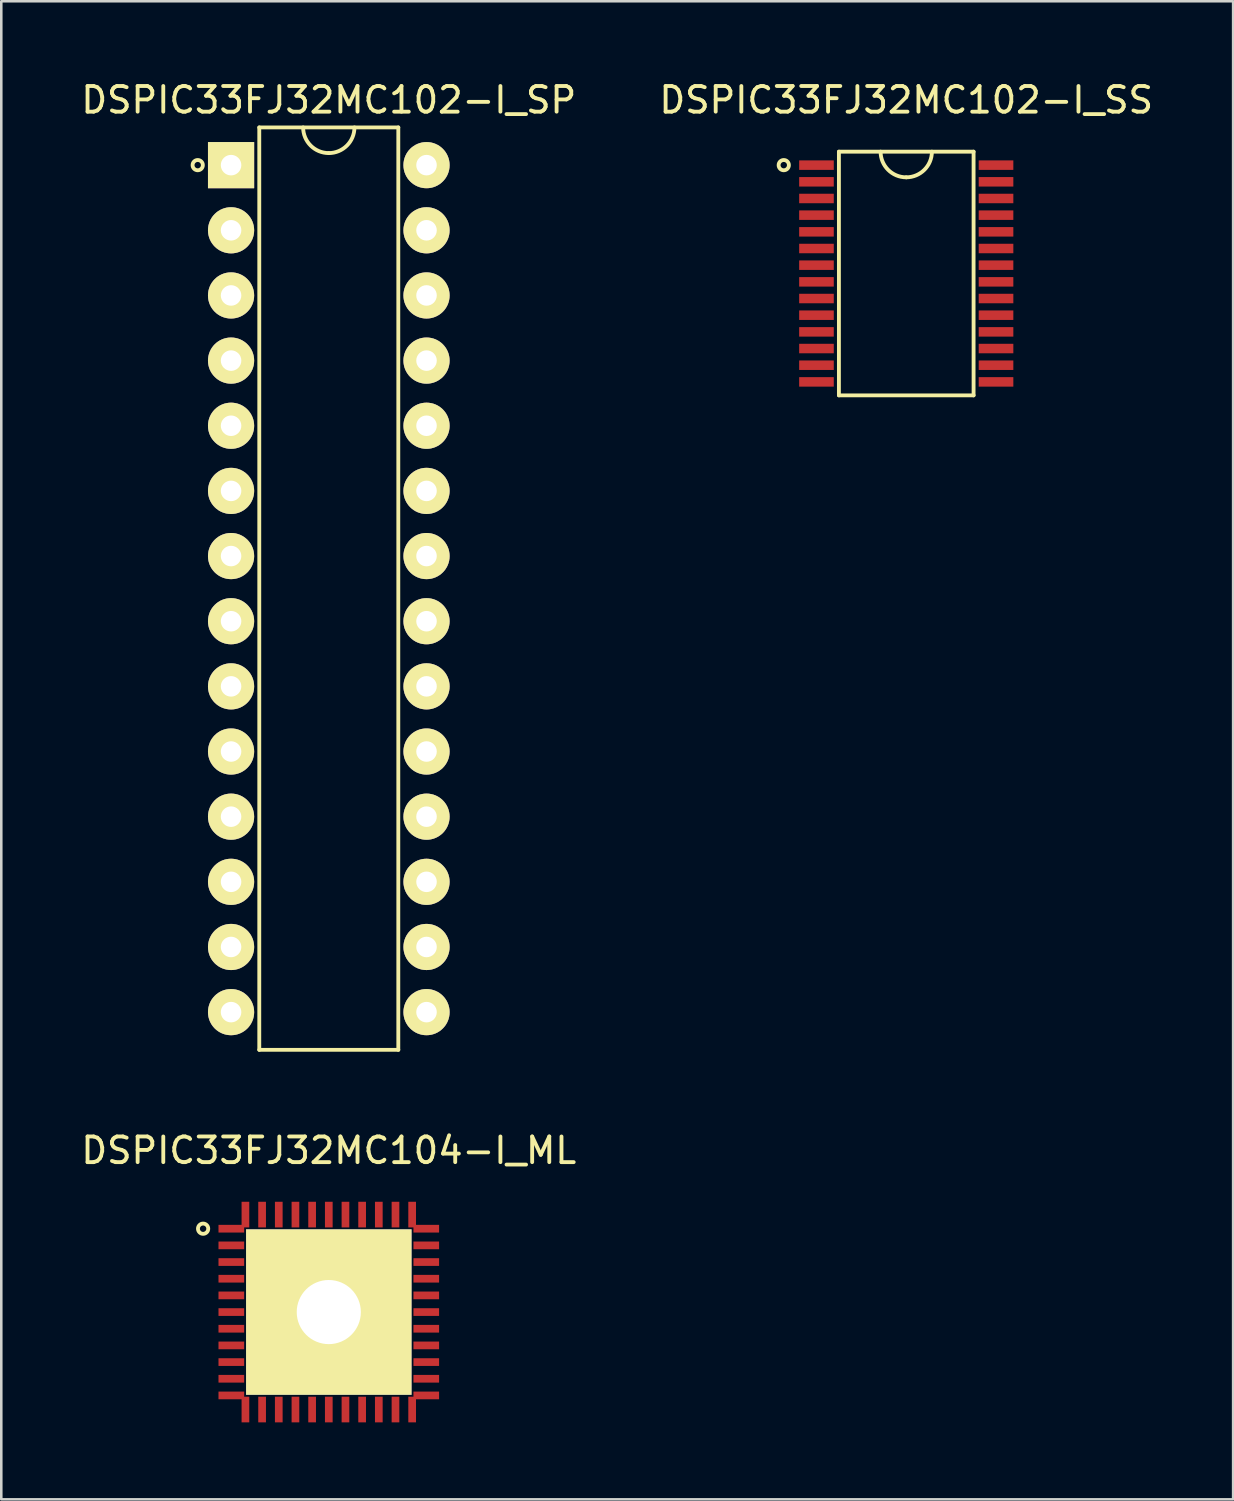
<source format=kicad_pcb>
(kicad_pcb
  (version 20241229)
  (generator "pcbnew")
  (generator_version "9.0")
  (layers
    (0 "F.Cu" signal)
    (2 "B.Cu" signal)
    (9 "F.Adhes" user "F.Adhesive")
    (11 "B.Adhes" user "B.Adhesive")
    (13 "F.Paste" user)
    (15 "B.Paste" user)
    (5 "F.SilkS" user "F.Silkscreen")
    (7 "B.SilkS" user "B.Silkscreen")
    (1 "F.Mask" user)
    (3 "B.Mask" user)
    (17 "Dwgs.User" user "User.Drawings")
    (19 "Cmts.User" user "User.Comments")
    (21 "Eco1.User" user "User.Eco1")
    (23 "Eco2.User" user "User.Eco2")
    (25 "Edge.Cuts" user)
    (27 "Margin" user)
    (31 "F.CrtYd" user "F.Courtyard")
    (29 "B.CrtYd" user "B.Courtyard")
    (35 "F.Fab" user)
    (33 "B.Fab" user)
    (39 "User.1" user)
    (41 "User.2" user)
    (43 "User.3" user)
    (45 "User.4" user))
  (footprint "DSPIC33FJ32MC102-I_SS"
    (layer "F.Cu")
    (at 28.78 3.388)
    (property "Reference" "DSPIC33FJ32MC102-I_SS" (at 3.5 -2.54 0) (layer "F.SilkS") (effects (font (size 1 1) (thickness 0.15))))
    (attr through_hole)
    (fp_line (start 0.875 -0.525) (end 6.125 -0.525) (stroke (width 0.15) (type solid)) (layer "F.SilkS"))
    (fp_line (start 0.875 8.975) (end 0.875 -0.525) (stroke (width 0.15) (type solid)) (layer "F.SilkS"))
    (fp_line (start 6.125 -0.525) (end 6.125 8.975) (stroke (width 0.15) (type solid)) (layer "F.SilkS"))
    (fp_line (start 6.125 8.975) (end 0.875 8.975) (stroke (width 0.15) (type solid)) (layer "F.SilkS"))
    (fp_arc (start 3.5 0.475) (mid 2.792893 0.182107) (end 2.5 -0.525) (stroke (width 0.15) (type solid)) (layer "F.SilkS"))
    (fp_arc (start 4.5 -0.525) (mid 4.207107 0.182107) (end 3.5 0.475) (stroke (width 0.15) (type solid)) (layer "F.SilkS"))
    (fp_circle (center -1.275 0) (end -1.275 0.2) (stroke (width 0.15) (type solid)) (fill no) (layer "F.SilkS"))
    (pad "1" smd rect (at 0 0) (size 1.35 0.37) (layers "F.Cu" "F.Mask" "F.Paste"))
    (pad "2" smd rect (at 0 0.65) (size 1.35 0.37) (layers "F.Cu" "F.Mask" "F.Paste"))
    (pad "3" smd rect (at 0 1.3) (size 1.35 0.37) (layers "F.Cu" "F.Mask" "F.Paste"))
    (pad "4" smd rect (at 0 1.95) (size 1.35 0.37) (layers "F.Cu" "F.Mask" "F.Paste"))
    (pad "5" smd rect (at 0 2.6) (size 1.35 0.37) (layers "F.Cu" "F.Mask" "F.Paste"))
    (pad "6" smd rect (at 0 3.25) (size 1.35 0.37) (layers "F.Cu" "F.Mask" "F.Paste"))
    (pad "7" smd rect (at 0 3.9) (size 1.35 0.37) (layers "F.Cu" "F.Mask" "F.Paste"))
    (pad "8" smd rect (at 0 4.55) (size 1.35 0.37) (layers "F.Cu" "F.Mask" "F.Paste"))
    (pad "9" smd rect (at 0 5.2) (size 1.35 0.37) (layers "F.Cu" "F.Mask" "F.Paste"))
    (pad "10" smd rect (at 0 5.85) (size 1.35 0.37) (layers "F.Cu" "F.Mask" "F.Paste"))
    (pad "11" smd rect (at 0 6.5) (size 1.35 0.37) (layers "F.Cu" "F.Mask" "F.Paste"))
    (pad "12" smd rect (at 0 7.15) (size 1.35 0.37) (layers "F.Cu" "F.Mask" "F.Paste"))
    (pad "13" smd rect (at 0 7.8) (size 1.35 0.37) (layers "F.Cu" "F.Mask" "F.Paste"))
    (pad "14" smd rect (at 0 8.45) (size 1.35 0.37) (layers "F.Cu" "F.Mask" "F.Paste"))
    (pad "15" smd rect (at 7 8.45) (size 1.35 0.37) (layers "F.Cu" "F.Mask" "F.Paste"))
    (pad "16" smd rect (at 7 7.8) (size 1.35 0.37) (layers "F.Cu" "F.Mask" "F.Paste"))
    (pad "17" smd rect (at 7 7.15) (size 1.35 0.37) (layers "F.Cu" "F.Mask" "F.Paste"))
    (pad "18" smd rect (at 7 6.5) (size 1.35 0.37) (layers "F.Cu" "F.Mask" "F.Paste"))
    (pad "19" smd rect (at 7 5.85) (size 1.35 0.37) (layers "F.Cu" "F.Mask" "F.Paste"))
    (pad "20" smd rect (at 7 5.2) (size 1.35 0.37) (layers "F.Cu" "F.Mask" "F.Paste"))
    (pad "21" smd rect (at 7 4.55) (size 1.35 0.37) (layers "F.Cu" "F.Mask" "F.Paste"))
    (pad "22" smd rect (at 7 3.9) (size 1.35 0.37) (layers "F.Cu" "F.Mask" "F.Paste"))
    (pad "23" smd rect (at 7 3.25) (size 1.35 0.37) (layers "F.Cu" "F.Mask" "F.Paste"))
    (pad "24" smd rect (at 7 2.6) (size 1.35 0.37) (layers "F.Cu" "F.Mask" "F.Paste"))
    (pad "25" smd rect (at 7 1.95) (size 1.35 0.37) (layers "F.Cu" "F.Mask" "F.Paste"))
    (pad "26" smd rect (at 7 1.3) (size 1.35 0.37) (layers "F.Cu" "F.Mask" "F.Paste"))
    (pad "27" smd rect (at 7 0.65) (size 1.35 0.37) (layers "F.Cu" "F.Mask" "F.Paste"))
    (pad "28" smd rect (at 7 0) (size 1.35 0.37) (layers "F.Cu" "F.Mask" "F.Paste")))
  (footprint "DSPIC33FJ32MC104-I_ML"
    (layer "F.Cu")
    (at 5.968 44.301)
    (property "Reference" "DSPIC33FJ32MC104-I_ML" (at 3.8 -2.5 0) (layer "F.SilkS") (effects (font (size 1 1) (thickness 0.15))))
    (attr through_hole)
    (fp_line (start 0.7 0.7) (end 0.7 6.9) (stroke (width 0.15) (type solid)) (layer "F.SilkS"))
    (fp_line (start 0.7 0.7) (end 6.9 0.7) (stroke (width 0.15) (type solid)) (layer "F.SilkS"))
    (fp_line (start 0.7 6.9) (end 6.9 6.9) (stroke (width 0.15) (type solid)) (layer "F.SilkS"))
    (fp_line (start 6.9 6.9) (end 6.9 0.7) (stroke (width 0.15) (type solid)) (layer "F.SilkS"))
    (fp_circle (center -1.1 0.55) (end -1.1 0.35) (stroke (width 0.15) (type solid)) (fill no) (layer "F.SilkS"))
    (fp_circle (center 1.7 1.7) (end 1.7 1.2) (stroke (width 0.15) (type solid)) (fill no) (layer "F.SilkS"))
    (pad "1" smd rect (at 0 0.55) (size 1 0.3) (layers "F.Cu" "F.Mask" "F.Paste"))
    (pad "2" smd rect (at 0 1.2) (size 1 0.3) (layers "F.Cu" "F.Mask" "F.Paste"))
    (pad "3" smd rect (at 0 1.85) (size 1 0.3) (layers "F.Cu" "F.Mask" "F.Paste"))
    (pad "4" smd rect (at 0 2.5) (size 1 0.3) (layers "F.Cu" "F.Mask" "F.Paste"))
    (pad "5" smd rect (at 0 3.15) (size 1 0.3) (layers "F.Cu" "F.Mask" "F.Paste"))
    (pad "6" smd rect (at 0 3.8) (size 1 0.3) (layers "F.Cu" "F.Mask" "F.Paste"))
    (pad "7" smd rect (at 0 4.45) (size 1 0.3) (layers "F.Cu" "F.Mask" "F.Paste"))
    (pad "8" smd rect (at 0 5.1) (size 1 0.3) (layers "F.Cu" "F.Mask" "F.Paste"))
    (pad "9" smd rect (at 0 5.75) (size 1 0.3) (layers "F.Cu" "F.Mask" "F.Paste"))
    (pad "10" smd rect (at 0 6.4) (size 1 0.3) (layers "F.Cu" "F.Mask" "F.Paste"))
    (pad "11" smd rect (at 0 7.05) (size 1 0.3) (layers "F.Cu" "F.Mask" "F.Paste"))
    (pad "12" smd rect (at 0.55 7.6) (size 0.3 1) (layers "F.Cu" "F.Mask" "F.Paste"))
    (pad "13" smd rect (at 1.2 7.6) (size 0.3 1) (layers "F.Cu" "F.Mask" "F.Paste"))
    (pad "14" smd rect (at 1.85 7.6) (size 0.3 1) (layers "F.Cu" "F.Mask" "F.Paste"))
    (pad "15" smd rect (at 2.5 7.6) (size 0.3 1) (layers "F.Cu" "F.Mask" "F.Paste"))
    (pad "16" smd rect (at 3.15 7.6) (size 0.3 1) (layers "F.Cu" "F.Mask" "F.Paste"))
    (pad "17" smd rect (at 3.8 7.6) (size 0.3 1) (layers "F.Cu" "F.Mask" "F.Paste"))
    (pad "18" smd rect (at 4.45 7.6) (size 0.3 1) (layers "F.Cu" "F.Mask" "F.Paste"))
    (pad "19" smd rect (at 5.1 7.6) (size 0.3 1) (layers "F.Cu" "F.Mask" "F.Paste"))
    (pad "20" smd rect (at 5.75 7.6) (size 0.3 1) (layers "F.Cu" "F.Mask" "F.Paste"))
    (pad "21" smd rect (at 6.4 7.6) (size 0.3 1) (layers "F.Cu" "F.Mask" "F.Paste"))
    (pad "22" smd rect (at 7.05 7.6) (size 0.3 1) (layers "F.Cu" "F.Mask" "F.Paste"))
    (pad "23" smd rect (at 7.6 7.05) (size 1 0.3) (layers "F.Cu" "F.Mask" "F.Paste"))
    (pad "24" smd rect (at 7.6 6.4) (size 1 0.3) (layers "F.Cu" "F.Mask" "F.Paste"))
    (pad "25" smd rect (at 7.6 5.75) (size 1 0.3) (layers "F.Cu" "F.Mask" "F.Paste"))
    (pad "26" smd rect (at 7.6 5.1) (size 1 0.3) (layers "F.Cu" "F.Mask" "F.Paste"))
    (pad "27" smd rect (at 7.6 4.45) (size 1 0.3) (layers "F.Cu" "F.Mask" "F.Paste"))
    (pad "28" smd rect (at 7.6 3.8) (size 1 0.3) (layers "F.Cu" "F.Mask" "F.Paste"))
    (pad "29" smd rect (at 7.6 3.15) (size 1 0.3) (layers "F.Cu" "F.Mask" "F.Paste"))
    (pad "30" smd rect (at 7.6 2.5) (size 1 0.3) (layers "F.Cu" "F.Mask" "F.Paste"))
    (pad "31" smd rect (at 7.6 1.85) (size 1 0.3) (layers "F.Cu" "F.Mask" "F.Paste"))
    (pad "32" smd rect (at 7.6 1.2) (size 1 0.3) (layers "F.Cu" "F.Mask" "F.Paste"))
    (pad "33" smd rect (at 7.6 0.55) (size 1 0.3) (layers "F.Cu" "F.Mask" "F.Paste"))
    (pad "34" smd rect (at 7.05 0) (size 0.3 1) (layers "F.Cu" "F.Mask" "F.Paste"))
    (pad "35" smd rect (at 6.4 0) (size 0.3 1) (layers "F.Cu" "F.Mask" "F.Paste"))
    (pad "36" smd rect (at 5.75 0) (size 0.3 1) (layers "F.Cu" "F.Mask" "F.Paste"))
    (pad "37" smd rect (at 5.1 0) (size 0.3 1) (layers "F.Cu" "F.Mask" "F.Paste"))
    (pad "38" smd rect (at 4.45 0) (size 0.3 1) (layers "F.Cu" "F.Mask" "F.Paste"))
    (pad "39" smd rect (at 3.8 0) (size 0.3 1) (layers "F.Cu" "F.Mask" "F.Paste"))
    (pad "40" smd rect (at 3.15 0) (size 0.3 1) (layers "F.Cu" "F.Mask" "F.Paste"))
    (pad "41" smd rect (at 2.5 0) (size 0.3 1) (layers "F.Cu" "F.Mask" "F.Paste"))
    (pad "42" smd rect (at 1.85 0) (size 0.3 1) (layers "F.Cu" "F.Mask" "F.Paste"))
    (pad "43" smd rect (at 1.2 0) (size 0.3 1) (layers "F.Cu" "F.Mask" "F.Paste"))
    (pad "44" smd rect (at 0.55 0) (size 0.3 1) (layers "F.Cu" "F.Mask" "F.Paste"))
    (pad "999" thru_hole rect (at 3.8 3.8) (size 6.45 6.45) (drill 2.5) (layers "*.Cu" "*.Mask" "F.SilkS")))
  (footprint "DSPIC33FJ32MC102-I_SP"
    (layer "F.Cu")
    (at 5.958 3.388)
    (property "Reference" "DSPIC33FJ32MC102-I_SP" (at 3.81 -2.54 0) (layer "F.SilkS") (effects (font (size 1 1) (thickness 0.15))))
    (attr through_hole)
    (fp_line (start 1.1 -1.47) (end 6.52 -1.47) (stroke (width 0.15) (type solid)) (layer "F.SilkS"))
    (fp_line (start 1.1 34.49) (end 1.1 -1.47) (stroke (width 0.15) (type solid)) (layer "F.SilkS"))
    (fp_line (start 6.52 -1.47) (end 6.52 34.49) (stroke (width 0.15) (type solid)) (layer "F.SilkS"))
    (fp_line (start 6.52 34.49) (end 1.1 34.49) (stroke (width 0.15) (type solid)) (layer "F.SilkS"))
    (fp_arc (start 3.81 -0.47) (mid 3.102893 -0.762893) (end 2.81 -1.47) (stroke (width 0.15) (type solid)) (layer "F.SilkS"))
    (fp_arc (start 4.81 -1.47) (mid 4.517107 -0.762893) (end 3.81 -0.47) (stroke (width 0.15) (type solid)) (layer "F.SilkS"))
    (fp_circle (center -1.3 0) (end -1.3 0.2) (stroke (width 0.15) (type solid)) (fill no) (layer "F.SilkS"))
    (pad "1" thru_hole rect (at 0 0) (size 1.8 1.8) (drill 0.8) (layers "*.Cu" "*.Mask" "F.SilkS"))
    (pad "2" thru_hole circle (at 0 2.54) (size 1.8 1.8) (drill 0.8) (layers "*.Cu" "*.Mask" "F.SilkS"))
    (pad "3" thru_hole circle (at 0 5.08) (size 1.8 1.8) (drill 0.8) (layers "*.Cu" "*.Mask" "F.SilkS"))
    (pad "4" thru_hole circle (at 0 7.62) (size 1.8 1.8) (drill 0.8) (layers "*.Cu" "*.Mask" "F.SilkS"))
    (pad "5" thru_hole circle (at 0 10.16) (size 1.8 1.8) (drill 0.8) (layers "*.Cu" "*.Mask" "F.SilkS"))
    (pad "6" thru_hole circle (at 0 12.7) (size 1.8 1.8) (drill 0.8) (layers "*.Cu" "*.Mask" "F.SilkS"))
    (pad "7" thru_hole circle (at 0 15.24) (size 1.8 1.8) (drill 0.8) (layers "*.Cu" "*.Mask" "F.SilkS"))
    (pad "8" thru_hole circle (at 0 17.78) (size 1.8 1.8) (drill 0.8) (layers "*.Cu" "*.Mask" "F.SilkS"))
    (pad "9" thru_hole circle (at 0 20.32) (size 1.8 1.8) (drill 0.8) (layers "*.Cu" "*.Mask" "F.SilkS"))
    (pad "10" thru_hole circle (at 0 22.86) (size 1.8 1.8) (drill 0.8) (layers "*.Cu" "*.Mask" "F.SilkS"))
    (pad "11" thru_hole circle (at 0 25.4) (size 1.8 1.8) (drill 0.8) (layers "*.Cu" "*.Mask" "F.SilkS"))
    (pad "12" thru_hole circle (at 0 27.94) (size 1.8 1.8) (drill 0.8) (layers "*.Cu" "*.Mask" "F.SilkS"))
    (pad "13" thru_hole circle (at 0 30.48) (size 1.8 1.8) (drill 0.8) (layers "*.Cu" "*.Mask" "F.SilkS"))
    (pad "14" thru_hole circle (at 0 33.02) (size 1.8 1.8) (drill 0.8) (layers "*.Cu" "*.Mask" "F.SilkS"))
    (pad "15" thru_hole circle (at 7.62 33.02) (size 1.8 1.8) (drill 0.8) (layers "*.Cu" "*.Mask" "F.SilkS"))
    (pad "16" thru_hole circle (at 7.62 30.48) (size 1.8 1.8) (drill 0.8) (layers "*.Cu" "*.Mask" "F.SilkS"))
    (pad "17" thru_hole circle (at 7.62 27.94) (size 1.8 1.8) (drill 0.8) (layers "*.Cu" "*.Mask" "F.SilkS"))
    (pad "18" thru_hole circle (at 7.62 25.4) (size 1.8 1.8) (drill 0.8) (layers "*.Cu" "*.Mask" "F.SilkS"))
    (pad "19" thru_hole circle (at 7.62 22.86) (size 1.8 1.8) (drill 0.8) (layers "*.Cu" "*.Mask" "F.SilkS"))
    (pad "20" thru_hole circle (at 7.62 20.32) (size 1.8 1.8) (drill 0.8) (layers "*.Cu" "*.Mask" "F.SilkS"))
    (pad "21" thru_hole circle (at 7.62 17.78) (size 1.8 1.8) (drill 0.8) (layers "*.Cu" "*.Mask" "F.SilkS"))
    (pad "22" thru_hole circle (at 7.62 15.24) (size 1.8 1.8) (drill 0.8) (layers "*.Cu" "*.Mask" "F.SilkS"))
    (pad "23" thru_hole circle (at 7.62 12.7) (size 1.8 1.8) (drill 0.8) (layers "*.Cu" "*.Mask" "F.SilkS"))
    (pad "24" thru_hole circle (at 7.62 10.16) (size 1.8 1.8) (drill 0.8) (layers "*.Cu" "*.Mask" "F.SilkS"))
    (pad "25" thru_hole circle (at 7.62 7.62) (size 1.8 1.8) (drill 0.8) (layers "*.Cu" "*.Mask" "F.SilkS"))
    (pad "26" thru_hole circle (at 7.62 5.08) (size 1.8 1.8) (drill 0.8) (layers "*.Cu" "*.Mask" "F.SilkS"))
    (pad "27" thru_hole circle (at 7.62 2.54) (size 1.8 1.8) (drill 0.8) (layers "*.Cu" "*.Mask" "F.SilkS"))
    (pad "28" thru_hole circle (at 7.62 0) (size 1.8 1.8) (drill 0.8) (layers "*.Cu" "*.Mask" "F.SilkS")))
  (gr_rect
    (start -3 -3)
    (end 45.024 55.401)
    (stroke (width 0.1) (type default))
    (fill no)
    (layer "Edge.Cuts")))
</source>
